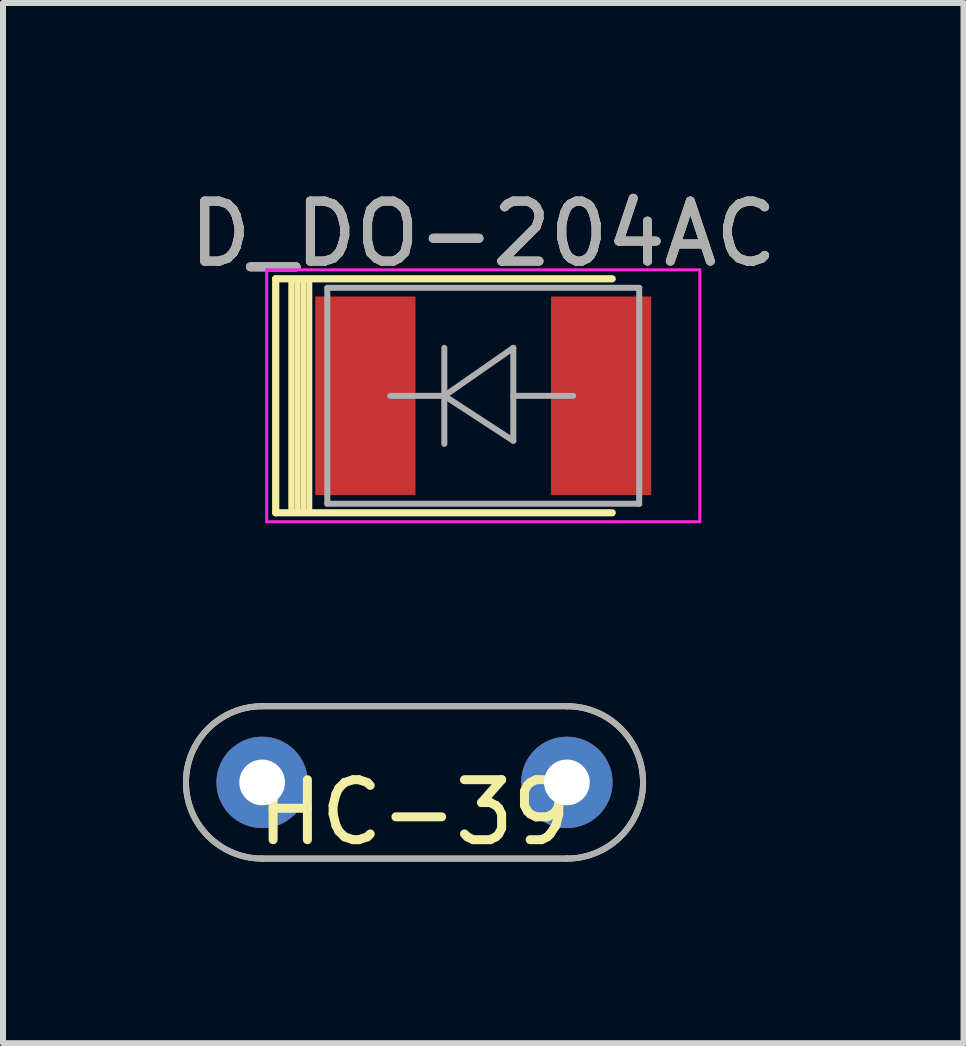
<source format=kicad_pcb>
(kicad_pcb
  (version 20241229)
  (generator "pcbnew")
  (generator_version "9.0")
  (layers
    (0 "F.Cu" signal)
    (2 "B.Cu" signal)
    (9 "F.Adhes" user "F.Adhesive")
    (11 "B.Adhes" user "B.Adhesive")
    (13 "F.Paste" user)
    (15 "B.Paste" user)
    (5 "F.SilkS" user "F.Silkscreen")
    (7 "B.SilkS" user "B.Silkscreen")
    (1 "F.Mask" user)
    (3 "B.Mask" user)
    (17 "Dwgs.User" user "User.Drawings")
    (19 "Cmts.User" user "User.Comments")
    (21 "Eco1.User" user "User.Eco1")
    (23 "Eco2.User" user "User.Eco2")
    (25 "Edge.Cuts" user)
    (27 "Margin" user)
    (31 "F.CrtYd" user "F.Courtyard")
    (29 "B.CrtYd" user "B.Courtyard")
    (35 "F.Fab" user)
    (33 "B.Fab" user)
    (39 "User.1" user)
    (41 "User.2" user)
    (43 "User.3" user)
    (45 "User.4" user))
  (footprint "HC-39"
    (layer "F.Cu")
    (at 3.86 9.993)
    (property "Reference" "HC-39" (at 0 0.5 0) (layer "F.SilkS") (effects (font (size 1 1) (thickness 0.15))))
    (attr through_hole)
    (fp_line (start 2.54 -1.27) (end -2.54 -1.27) (stroke (width 0.1) (type solid)) (layer "F.SilkS"))
    (fp_line (start 2.54 1.27) (end -2.54 1.27) (stroke (width 0.1) (type solid)) (layer "F.SilkS"))
    (fp_arc (start -3.81 0) (mid -3.438026 -0.898026) (end -2.54 -1.27) (stroke (width 0.1) (type solid)) (layer "F.SilkS"))
    (fp_arc (start -2.54 1.27) (mid -3.438026 0.898026) (end -3.81 0) (stroke (width 0.1) (type solid)) (layer "F.SilkS"))
    (fp_arc (start 2.54 -1.27) (mid 3.438026 -0.898026) (end 3.81 0) (stroke (width 0.1) (type solid)) (layer "F.SilkS"))
    (fp_arc (start 3.81 0) (mid 3.438026 0.898026) (end 2.54 1.27) (stroke (width 0.1) (type solid)) (layer "F.SilkS"))
    (fp_line (start -2.54 1.27) (end 2.54 1.27) (stroke (width 0.1) (type solid)) (layer "F.Fab"))
    (fp_line (start 2.54 -1.27) (end -2.54 -1.27) (stroke (width 0.1) (type solid)) (layer "F.Fab"))
    (fp_arc (start -3.81 0) (mid -3.438026 -0.898026) (end -2.54 -1.27) (stroke (width 0.1) (type solid)) (layer "F.Fab"))
    (fp_arc (start -2.54 1.27) (mid -3.438026 0.898026) (end -3.81 0) (stroke (width 0.1) (type solid)) (layer "F.Fab"))
    (fp_arc (start 2.54 -1.27) (mid 3.438026 -0.898026) (end 3.81 0) (stroke (width 0.1) (type solid)) (layer "F.Fab"))
    (fp_arc (start 3.81 0) (mid 3.438026 0.898026) (end 2.54 1.27) (stroke (width 0.1) (type solid)) (layer "F.Fab"))
    (pad "1" thru_hole circle (at -2.54 0) (size 1.524 1.524) (drill 0.762) (layers "*.Cu" "*.Mask"))
    (pad "2" thru_hole circle (at 2.54 0) (size 1.524 1.524) (drill 0.762) (layers "*.Cu" "*.Mask")))
  (footprint "D_DO-204AC"
    (layer "F.Cu")
    (at 5.006 3.548)
    (property "Reference" "D_DO-204AC" (at 0 -2.7 0) (layer "F.SilkS") (effects (font (size 1 1) (thickness 0.15))))
    (attr smd)
    (fp_line (start -3.46 -1.95) (end -3.46 1.95) (stroke (width 0.12) (type solid)) (layer "F.SilkS"))
    (fp_line (start -3.46 -1.95) (end 2.15 -1.95) (stroke (width 0.12) (type solid)) (layer "F.SilkS"))
    (fp_line (start -3.46 1.95) (end 2.15 1.95) (stroke (width 0.12) (type solid)) (layer "F.SilkS"))
    (fp_line (start -3.2 1.9) (end -3.2 -1.9) (stroke (width 0.1) (type solid)) (layer "F.SilkS"))
    (fp_line (start -3.1 1.9) (end -3.1 -1.9) (stroke (width 0.1) (type solid)) (layer "F.SilkS"))
    (fp_line (start -3 -1.9) (end -3 1.9) (stroke (width 0.1) (type solid)) (layer "F.SilkS"))
    (fp_line (start -2.9 -1.9) (end -2.9 1.9) (stroke (width 0.1) (type solid)) (layer "F.SilkS"))
    (fp_line (start -3.61 -2.1) (end 3.61 -2.1) (stroke (width 0.05) (type solid)) (layer "F.CrtYd"))
    (fp_line (start -3.61 2.1) (end -3.61 -2.1) (stroke (width 0.05) (type solid)) (layer "F.CrtYd"))
    (fp_line (start 3.61 -2.1) (end 3.61 2.1) (stroke (width 0.05) (type solid)) (layer "F.CrtYd"))
    (fp_line (start 3.61 2.1) (end -3.61 2.1) (stroke (width 0.05) (type solid)) (layer "F.CrtYd"))
    (fp_line (start -2.6 1.8) (end -2.6 -1.8) (stroke (width 0.1) (type solid)) (layer "F.Fab"))
    (fp_line (start -0.649 -0.799) (end -0.649 0.801) (stroke (width 0.1) (type solid)) (layer "F.Fab"))
    (fp_line (start -0.649 0.001) (end -1.551 0.001) (stroke (width 0.1) (type solid)) (layer "F.Fab"))
    (fp_line (start -0.649 0.001) (end 0.501 -0.799) (stroke (width 0.1) (type solid)) (layer "F.Fab"))
    (fp_line (start -0.649 0.001) (end 0.501 0.75) (stroke (width 0.1) (type solid)) (layer "F.Fab"))
    (fp_line (start 0.501 0.001) (end 1.499 0.001) (stroke (width 0.1) (type solid)) (layer "F.Fab"))
    (fp_line (start 0.501 0.75) (end 0.501 -0.799) (stroke (width 0.1) (type solid)) (layer "F.Fab"))
    (fp_line (start 2.6 -1.8) (end -2.6 -1.8) (stroke (width 0.1) (type solid)) (layer "F.Fab"))
    (fp_line (start 2.6 1.8) (end -2.6 1.8) (stroke (width 0.1) (type solid)) (layer "F.Fab"))
    (fp_line (start 2.6 1.8) (end 2.6 -1.8) (stroke (width 0.1) (type solid)) (layer "F.Fab"))
    (fp_text user "${REFERENCE}" (at 0 -2.7 0) (layer "F.Fab") (effects (font (size 1 1) (thickness 0.15))))
    (pad "1" smd rect (at -1.965 0) (size 1.67 3.31) (layers "F.Cu" "F.Mask" "F.Paste"))
    (pad "2" smd rect (at 1.965 0) (size 1.67 3.31) (layers "F.Cu" "F.Mask" "F.Paste")))
  (gr_rect
    (start -3 -3)
    (end 13.012 14.341)
    (stroke (width 0.1) (type default))
    (fill no)
    (layer "Edge.Cuts")))
</source>
